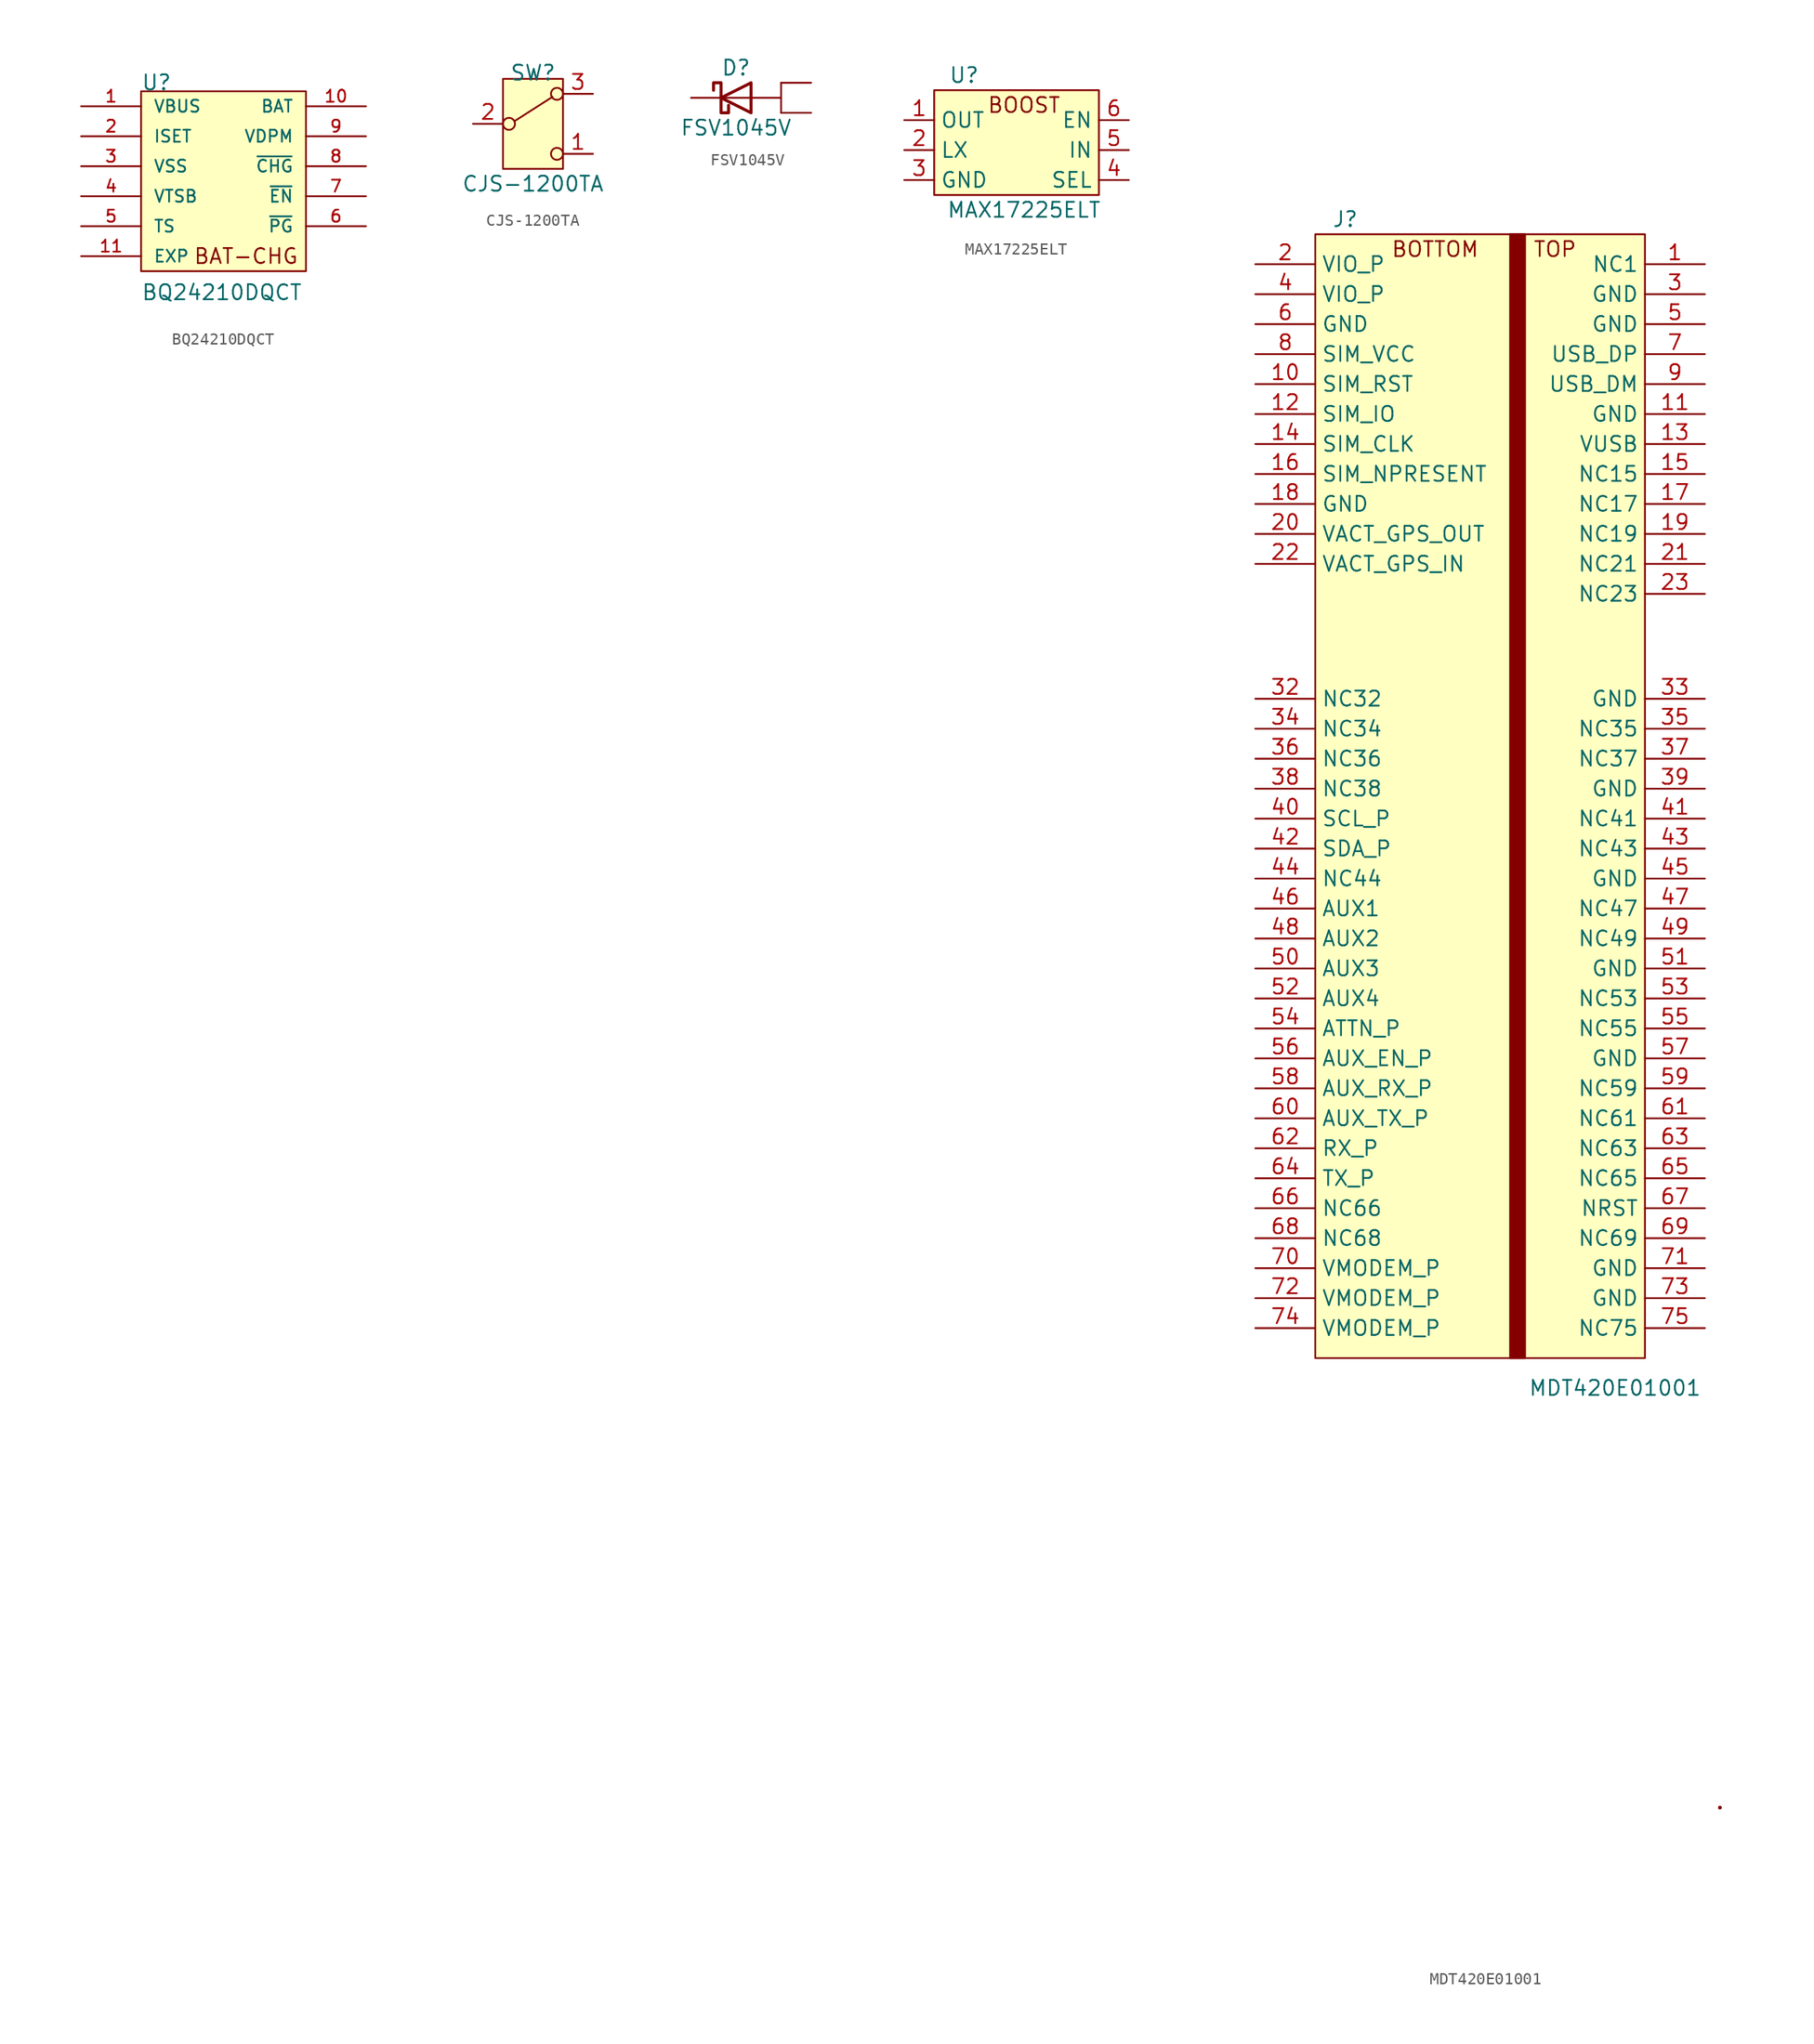
<source format=kicad_sym>
(kicad_symbol_lib
  (version 20211014)
  (generator kicad_symbol_editor)
  (symbol "BQ24210DQCT"
    (pin_names
      (offset 1.016))
    (property "Reference" "U"
      (at -7.62 6.35 0)
      (effects (font (size 1.27 1.27)) (justify left bottom)))
    (property "Value" "BQ24210DQCT"
      (at -7.62 -11.43 0)
      (effects (font (size 1.27 1.27)) (justify left bottom)))
    (property "ki_locked" ""
      (at 0 0 0)
      (effects (font (size 1.27 1.27))))
    (symbol "BQ24210DQCT_0_0"
      (text "BAT-CHG" (at 1.27 -7.62 0) (effects (font (size 1.27 1.27))))
      (pin input line (at -12.7 5.08 0) (length 5.08) (name "VBUS" (effects (font (size 1.016 1.016)))) (number "1" (effects (font (size 1.016 1.016)))))
      (pin input line (at 11.43 5.08 180) (length 5.08) (name "BAT" (effects (font (size 1.016 1.016)))) (number "10" (effects (font (size 1.016 1.016)))))
      (pin power_in line (at -12.7 -7.62 0) (length 5.08) (name "EXP" (effects (font (size 1.016 1.016)))) (number "11" (effects (font (size 1.016 1.016)))))
      (pin input line (at -12.7 2.54 0) (length 5.08) (name "ISET" (effects (font (size 1.016 1.016)))) (number "2" (effects (font (size 1.016 1.016)))))
      (pin power_in line (at -12.7 0 0) (length 5.08) (name "VSS" (effects (font (size 1.016 1.016)))) (number "3" (effects (font (size 1.016 1.016)))))
      (pin input line (at -12.7 -2.54 0) (length 5.08) (name "VTSB" (effects (font (size 1.016 1.016)))) (number "4" (effects (font (size 1.016 1.016)))))
      (pin input line (at -12.7 -5.08 0) (length 5.08) (name "TS" (effects (font (size 1.016 1.016)))) (number "5" (effects (font (size 1.016 1.016)))))
      (pin input line (at 11.43 -5.08 180) (length 5.08) (name "~{PG}" (effects (font (size 1.016 1.016)))) (number "6" (effects (font (size 1.016 1.016)))))
      (pin input line (at 11.43 -2.54 180) (length 5.08) (name "~{EN}" (effects (font (size 1.016 1.016)))) (number "7" (effects (font (size 1.016 1.016)))))
      (pin input line (at 11.43 0 180) (length 5.08) (name "~{CHG}" (effects (font (size 1.016 1.016)))) (number "8" (effects (font (size 1.016 1.016)))))
      (pin input line (at 11.43 2.54 180) (length 5.08) (name "VDPM" (effects (font (size 1.016 1.016)))) (number "9" (effects (font (size 1.016 1.016))))))
    (symbol "BQ24210DQCT_1_1"
      (rectangle (start -7.62 6.35) (end 6.35 -8.89) (stroke (width 0) (type default) (color 0 0 0 0)) (fill (type background)))))
  (symbol "CJS-1200TA"
    (pin_names
      (offset 0) hide)
    (property "Reference" "SW"
      (at 0 4.318 0)
      (effects (font (size 1.27 1.27))))
    (property "Value" "CJS-1200TA"
      (at 0 -5.08 0)
      (effects (font (size 1.27 1.27))))
    (symbol "CJS-1200TA_0_0"
      (circle (center -2.032 0) (radius 0.508) (stroke (width 0) (type default) (color 0 0 0 0)) (fill (type none)))
      (circle (center 2.032 -2.54) (radius 0.508) (stroke (width 0) (type default) (color 0 0 0 0)) (fill (type none))))
    (symbol "CJS-1200TA_0_1"
      (polyline (pts (xy -1.524 0.254) (xy 1.651 2.286)) (stroke (width 0) (type default) (color 0 0 0 0)) (fill (type none)))
      (circle (center 2.032 2.54) (radius 0.508) (stroke (width 0) (type default) (color 0 0 0 0)) (fill (type none)))
      (rectangle (start 2.54 3.81) (end -2.54 -3.81) (stroke (width 0) (type default) (color 0 0 0 0)) (fill (type background))))
    (symbol "CJS-1200TA_1_1"
      (pin passive line (at 5.08 -2.54 180) (length 2.54) (name "C" (effects (font (size 1.27 1.27)))) (number "1" (effects (font (size 1.27 1.27)))))
      (pin passive line (at -5.08 0 0) (length 2.54) (name "B" (effects (font (size 1.27 1.27)))) (number "2" (effects (font (size 1.27 1.27)))))
      (pin passive line (at 5.08 2.54 180) (length 2.54) (name "A" (effects (font (size 1.27 1.27)))) (number "3" (effects (font (size 1.27 1.27)))))))
  (symbol "FSV1045V"
    (pin_numbers hide)
    (pin_names
      (offset 1.016) hide)
    (property "Reference" "D"
      (at 0 2.54 0)
      (effects (font (size 1.27 1.27))))
    (property "Value" "FSV1045V"
      (at 0 -2.54 0)
      (effects (font (size 1.27 1.27))))
    (symbol "FSV1045V_0_1"
      (polyline (pts (xy 1.27 0) (xy -1.27 0)) (stroke (width 0) (type default) (color 0 0 0 0)) (fill (type none)))
      (polyline (pts (xy 3.81 -1.27) (xy 3.81 0)) (stroke (width 0) (type default) (color 0 0 0 0)) (fill (type none)))
      (polyline (pts (xy 1.27 0) (xy 3.81 0) (xy 3.81 1.27)) (stroke (width 0) (type default) (color 0 0 0 0)) (fill (type none)))
      (polyline (pts (xy 1.27 1.27) (xy 1.27 -1.27) (xy -1.27 0) (xy 1.27 1.27)) (stroke (width 0.254) (type default) (color 0 0 0 0)) (fill (type none)))
      (polyline (pts (xy -1.905 0.635) (xy -1.905 1.27) (xy -1.27 1.27) (xy -1.27 -1.27) (xy -0.635 -1.27) (xy -0.635 -0.635)) (stroke (width 0.254) (type default) (color 0 0 0 0)) (fill (type none))))
    (symbol "FSV1045V_1_1"
      (pin passive line (at 6.35 1.27 180) (length 2.54) (name "A1" (effects (font (size 1.27 1.27)))) (number "1" (effects (font (size 1.27 1.27)))))
      (pin passive line (at 6.35 -1.27 180) (length 2.54) (name "A2" (effects (font (size 1.27 1.27)))) (number "2" (effects (font (size 1.27 1.27)))))
      (pin passive line (at -3.81 0 0) (length 2.54) (name "C" (effects (font (size 1.27 1.27)))) (number "3" (effects (font (size 1.27 1.27)))))))
  (symbol "MAX17225ELT"
    (property "Reference" "U"
      (at -5.08 6.35 0)
      (effects (font (size 1.27 1.27))))
    (property "Value" "MAX17225ELT"
      (at 0 -5.08 0)
      (effects (font (size 1.27 1.27))))
    (symbol "MAX17225ELT_0_0"
      (text "BOOST" (at 0 3.81 0) (effects (font (size 1.27 1.27)))))
    (symbol "MAX17225ELT_0_1"
      (rectangle (start -7.62 5.08) (end 6.35 -3.81) (stroke (width 0) (type default) (color 0 0 0 0)) (fill (type background))))
    (symbol "MAX17225ELT_1_1"
      (pin input line (at -10.16 2.54 0) (length 2.54) (name "OUT" (effects (font (size 1.27 1.27)))) (number "1" (effects (font (size 1.27 1.27)))))
      (pin input line (at -10.16 0 0) (length 2.54) (name "LX" (effects (font (size 1.27 1.27)))) (number "2" (effects (font (size 1.27 1.27)))))
      (pin input line (at -10.16 -2.54 0) (length 2.54) (name "GND" (effects (font (size 1.27 1.27)))) (number "3" (effects (font (size 1.27 1.27)))))
      (pin input line (at 8.89 -2.54 180) (length 2.54) (name "SEL" (effects (font (size 1.27 1.27)))) (number "4" (effects (font (size 1.27 1.27)))))
      (pin input line (at 8.89 0 180) (length 2.54) (name "IN" (effects (font (size 1.27 1.27)))) (number "5" (effects (font (size 1.27 1.27)))))
      (pin input line (at 8.89 2.54 180) (length 2.54) (name "EN" (effects (font (size 1.27 1.27)))) (number "6" (effects (font (size 1.27 1.27)))))))
  (symbol "MDT420E01001"
    (property "Reference" "J"
      (at -11.43 50.8 0)
      (effects (font (size 1.27 1.27))))
    (property "Value" "MDT420E01001"
      (at 11.43 -48.26 0)
      (effects (font (size 1.27 1.27))))
    (symbol "MDT420E01001_0_0"
      (rectangle (start -5.08 48.26) (end -5.08 48.26) (stroke (width 0) (type default) (color 0 0 0 0)) (fill (type none)))
      (rectangle (start -5.08 48.26) (end -5.08 48.26) (stroke (width 0) (type default) (color 0 0 0 0)) (fill (type none)))
      (text "BOTTOM" (at -3.81 48.26 0) (effects (font (size 1.27 1.27))))
      (text "TOP" (at 6.35 48.26 0) (effects (font (size 1.27 1.27)))))
    (symbol "MDT420E01001_0_1"
      (rectangle (start -13.97 49.53) (end 13.97 -45.72) (stroke (width 0) (type default) (color 0 0 0 0)) (fill (type background)))
      (rectangle (start 3.81 49.53) (end 2.54 -45.72) (stroke (width 0) (type default) (color 0 0 0 0)) (fill (type outline)))
      (rectangle (start 20.32 -83.82) (end 20.32 -83.82) (stroke (width 0) (type default) (color 0 0 0 0)) (fill (type none)))
      (rectangle (start 20.32 -83.82) (end 20.32 -83.82) (stroke (width 0) (type default) (color 0 0 0 0)) (fill (type none)))
      (rectangle (start 20.32 -83.82) (end 20.32 -83.82) (stroke (width 0) (type default) (color 0 0 0 0)) (fill (type none)))
      (rectangle (start 20.32 -83.82) (end 20.32 -83.82) (stroke (width 0) (type default) (color 0 0 0 0)) (fill (type none)))
      (rectangle (start 20.32 -83.82) (end 20.32 -83.82) (stroke (width 0) (type default) (color 0 0 0 0)) (fill (type none)))
      (rectangle (start 20.32 -83.82) (end 20.32 -83.82) (stroke (width 0) (type default) (color 0 0 0 0)) (fill (type none)))
      (rectangle (start 20.32 -83.82) (end 20.32 -83.82) (stroke (width 0) (type default) (color 0 0 0 0)) (fill (type none)))
      (circle (center 20.32 -83.82) (radius 0.0001) (stroke (width 0) (type default) (color 0 0 0 0)) (fill (type none)))
      (circle (center 20.32 -83.82) (radius 0.0001) (stroke (width 0) (type default) (color 0 0 0 0)) (fill (type none))))
    (symbol "MDT420E01001_1_1"
      (pin passive line (at 19.05 46.99 180) (length 5.08) (name "NC1" (effects (font (size 1.27 1.27)))) (number "1" (effects (font (size 1.27 1.27)))))
      (pin passive line (at -19.05 36.83 0) (length 5.08) (name "SIM_RST" (effects (font (size 1.27 1.27)))) (number "10" (effects (font (size 1.27 1.27)))))
      (pin passive line (at 19.05 34.29 180) (length 5.08) (name "GND" (effects (font (size 1.27 1.27)))) (number "11" (effects (font (size 1.27 1.27)))))
      (pin passive line (at -19.05 34.29 0) (length 5.08) (name "SIM_IO" (effects (font (size 1.27 1.27)))) (number "12" (effects (font (size 1.27 1.27)))))
      (pin passive line (at 19.05 31.75 180) (length 5.08) (name "VUSB" (effects (font (size 1.27 1.27)))) (number "13" (effects (font (size 1.27 1.27)))))
      (pin passive line (at -19.05 31.75 0) (length 5.08) (name "SIM_CLK" (effects (font (size 1.27 1.27)))) (number "14" (effects (font (size 1.27 1.27)))))
      (pin passive line (at 19.05 29.21 180) (length 5.08) (name "NC15" (effects (font (size 1.27 1.27)))) (number "15" (effects (font (size 1.27 1.27)))))
      (pin passive line (at -19.05 29.21 0) (length 5.08) (name "SIM_NPRESENT" (effects (font (size 1.27 1.27)))) (number "16" (effects (font (size 1.27 1.27)))))
      (pin passive line (at 19.05 26.67 180) (length 5.08) (name "NC17" (effects (font (size 1.27 1.27)))) (number "17" (effects (font (size 1.27 1.27)))))
      (pin passive line (at -19.05 26.67 0) (length 5.08) (name "GND" (effects (font (size 1.27 1.27)))) (number "18" (effects (font (size 1.27 1.27)))))
      (pin passive line (at 19.05 24.13 180) (length 5.08) (name "NC19" (effects (font (size 1.27 1.27)))) (number "19" (effects (font (size 1.27 1.27)))))
      (pin passive line (at -19.05 46.99 0) (length 5.08) (name "VIO_P" (effects (font (size 1.27 1.27)))) (number "2" (effects (font (size 1.27 1.27)))))
      (pin passive line (at -19.05 24.13 0) (length 5.08) (name "VACT_GPS_OUT" (effects (font (size 1.27 1.27)))) (number "20" (effects (font (size 1.27 1.27)))))
      (pin passive line (at 19.05 21.59 180) (length 5.08) (name "NC21" (effects (font (size 1.27 1.27)))) (number "21" (effects (font (size 1.27 1.27)))))
      (pin passive line (at -19.05 21.59 0) (length 5.08) (name "VACT_GPS_IN" (effects (font (size 1.27 1.27)))) (number "22" (effects (font (size 1.27 1.27)))))
      (pin passive line (at 19.05 19.05 180) (length 5.08) (name "NC23" (effects (font (size 1.27 1.27)))) (number "23" (effects (font (size 1.27 1.27)))))
      (pin passive line (at 19.05 44.45 180) (length 5.08) (name "GND" (effects (font (size 1.27 1.27)))) (number "3" (effects (font (size 1.27 1.27)))))
      (pin passive line (at -19.05 10.16 0) (length 5.08) (name "NC32" (effects (font (size 1.27 1.27)))) (number "32" (effects (font (size 1.27 1.27)))))
      (pin passive line (at 19.05 10.16 180) (length 5.08) (name "GND" (effects (font (size 1.27 1.27)))) (number "33" (effects (font (size 1.27 1.27)))))
      (pin passive line (at -19.05 7.62 0) (length 5.08) (name "NC34" (effects (font (size 1.27 1.27)))) (number "34" (effects (font (size 1.27 1.27)))))
      (pin passive line (at 19.05 7.62 180) (length 5.08) (name "NC35" (effects (font (size 1.27 1.27)))) (number "35" (effects (font (size 1.27 1.27)))))
      (pin passive line (at -19.05 5.08 0) (length 5.08) (name "NC36" (effects (font (size 1.27 1.27)))) (number "36" (effects (font (size 1.27 1.27)))))
      (pin passive line (at 19.05 5.08 180) (length 5.08) (name "NC37" (effects (font (size 1.27 1.27)))) (number "37" (effects (font (size 1.27 1.27)))))
      (pin passive line (at -19.05 2.54 0) (length 5.08) (name "NC38" (effects (font (size 1.27 1.27)))) (number "38" (effects (font (size 1.27 1.27)))))
      (pin passive line (at 19.05 2.54 180) (length 5.08) (name "GND" (effects (font (size 1.27 1.27)))) (number "39" (effects (font (size 1.27 1.27)))))
      (pin passive line (at -19.05 44.45 0) (length 5.08) (name "VIO_P" (effects (font (size 1.27 1.27)))) (number "4" (effects (font (size 1.27 1.27)))))
      (pin passive line (at -19.05 0 0) (length 5.08) (name "SCL_P" (effects (font (size 1.27 1.27)))) (number "40" (effects (font (size 1.27 1.27)))))
      (pin passive line (at 19.05 0 180) (length 5.08) (name "NC41" (effects (font (size 1.27 1.27)))) (number "41" (effects (font (size 1.27 1.27)))))
      (pin passive line (at -19.05 -2.54 0) (length 5.08) (name "SDA_P" (effects (font (size 1.27 1.27)))) (number "42" (effects (font (size 1.27 1.27)))))
      (pin passive line (at 19.05 -2.54 180) (length 5.08) (name "NC43" (effects (font (size 1.27 1.27)))) (number "43" (effects (font (size 1.27 1.27)))))
      (pin passive line (at -19.05 -5.08 0) (length 5.08) (name "NC44" (effects (font (size 1.27 1.27)))) (number "44" (effects (font (size 1.27 1.27)))))
      (pin passive line (at 19.05 -5.08 180) (length 5.08) (name "GND" (effects (font (size 1.27 1.27)))) (number "45" (effects (font (size 1.27 1.27)))))
      (pin passive line (at -19.05 -7.62 0) (length 5.08) (name "AUX1" (effects (font (size 1.27 1.27)))) (number "46" (effects (font (size 1.27 1.27)))))
      (pin passive line (at 19.05 -7.62 180) (length 5.08) (name "NC47" (effects (font (size 1.27 1.27)))) (number "47" (effects (font (size 1.27 1.27)))))
      (pin passive line (at -19.05 -10.16 0) (length 5.08) (name "AUX2" (effects (font (size 1.27 1.27)))) (number "48" (effects (font (size 1.27 1.27)))))
      (pin passive line (at 19.05 -10.16 180) (length 5.08) (name "NC49" (effects (font (size 1.27 1.27)))) (number "49" (effects (font (size 1.27 1.27)))))
      (pin passive line (at 19.05 41.91 180) (length 5.08) (name "GND" (effects (font (size 1.27 1.27)))) (number "5" (effects (font (size 1.27 1.27)))))
      (pin passive line (at -19.05 -12.7 0) (length 5.08) (name "AUX3" (effects (font (size 1.27 1.27)))) (number "50" (effects (font (size 1.27 1.27)))))
      (pin passive line (at 19.05 -12.7 180) (length 5.08) (name "GND" (effects (font (size 1.27 1.27)))) (number "51" (effects (font (size 1.27 1.27)))))
      (pin passive line (at -19.05 -15.24 0) (length 5.08) (name "AUX4" (effects (font (size 1.27 1.27)))) (number "52" (effects (font (size 1.27 1.27)))))
      (pin passive line (at 19.05 -15.24 180) (length 5.08) (name "NC53" (effects (font (size 1.27 1.27)))) (number "53" (effects (font (size 1.27 1.27)))))
      (pin passive line (at -19.05 -17.78 0) (length 5.08) (name "ATTN_P" (effects (font (size 1.27 1.27)))) (number "54" (effects (font (size 1.27 1.27)))))
      (pin passive line (at 19.05 -17.78 180) (length 5.08) (name "NC55" (effects (font (size 1.27 1.27)))) (number "55" (effects (font (size 1.27 1.27)))))
      (pin passive line (at -19.05 -20.32 0) (length 5.08) (name "AUX_EN_P" (effects (font (size 1.27 1.27)))) (number "56" (effects (font (size 1.27 1.27)))))
      (pin passive line (at 19.05 -20.32 180) (length 5.08) (name "GND" (effects (font (size 1.27 1.27)))) (number "57" (effects (font (size 1.27 1.27)))))
      (pin passive line (at -19.05 -22.86 0) (length 5.08) (name "AUX_RX_P" (effects (font (size 1.27 1.27)))) (number "58" (effects (font (size 1.27 1.27)))))
      (pin passive line (at 19.05 -22.86 180) (length 5.08) (name "NC59" (effects (font (size 1.27 1.27)))) (number "59" (effects (font (size 1.27 1.27)))))
      (pin passive line (at -19.05 41.91 0) (length 5.08) (name "GND" (effects (font (size 1.27 1.27)))) (number "6" (effects (font (size 1.27 1.27)))))
      (pin passive line (at -19.05 -25.4 0) (length 5.08) (name "AUX_TX_P" (effects (font (size 1.27 1.27)))) (number "60" (effects (font (size 1.27 1.27)))))
      (pin passive line (at 19.05 -25.4 180) (length 5.08) (name "NC61" (effects (font (size 1.27 1.27)))) (number "61" (effects (font (size 1.27 1.27)))))
      (pin passive line (at -19.05 -27.94 0) (length 5.08) (name "RX_P" (effects (font (size 1.27 1.27)))) (number "62" (effects (font (size 1.27 1.27)))))
      (pin passive line (at 19.05 -27.94 180) (length 5.08) (name "NC63" (effects (font (size 1.27 1.27)))) (number "63" (effects (font (size 1.27 1.27)))))
      (pin passive line (at -19.05 -30.48 0) (length 5.08) (name "TX_P" (effects (font (size 1.27 1.27)))) (number "64" (effects (font (size 1.27 1.27)))))
      (pin passive line (at 19.05 -30.48 180) (length 5.08) (name "NC65" (effects (font (size 1.27 1.27)))) (number "65" (effects (font (size 1.27 1.27)))))
      (pin passive line (at -19.05 -33.02 0) (length 5.08) (name "NC66" (effects (font (size 1.27 1.27)))) (number "66" (effects (font (size 1.27 1.27)))))
      (pin passive line (at 19.05 -33.02 180) (length 5.08) (name "NRST" (effects (font (size 1.27 1.27)))) (number "67" (effects (font (size 1.27 1.27)))))
      (pin passive line (at -19.05 -35.56 0) (length 5.08) (name "NC68" (effects (font (size 1.27 1.27)))) (number "68" (effects (font (size 1.27 1.27)))))
      (pin passive line (at 19.05 -35.56 180) (length 5.08) (name "NC69" (effects (font (size 1.27 1.27)))) (number "69" (effects (font (size 1.27 1.27)))))
      (pin passive line (at 19.05 39.37 180) (length 5.08) (name "USB_DP" (effects (font (size 1.27 1.27)))) (number "7" (effects (font (size 1.27 1.27)))))
      (pin passive line (at -19.05 -38.1 0) (length 5.08) (name "VMODEM_P" (effects (font (size 1.27 1.27)))) (number "70" (effects (font (size 1.27 1.27)))))
      (pin passive line (at 19.05 -38.1 180) (length 5.08) (name "GND" (effects (font (size 1.27 1.27)))) (number "71" (effects (font (size 1.27 1.27)))))
      (pin passive line (at -19.05 -40.64 0) (length 5.08) (name "VMODEM_P" (effects (font (size 1.27 1.27)))) (number "72" (effects (font (size 1.27 1.27)))))
      (pin passive line (at 19.05 -40.64 180) (length 5.08) (name "GND" (effects (font (size 1.27 1.27)))) (number "73" (effects (font (size 1.27 1.27)))))
      (pin passive line (at -19.05 -43.18 0) (length 5.08) (name "VMODEM_P" (effects (font (size 1.27 1.27)))) (number "74" (effects (font (size 1.27 1.27)))))
      (pin passive line (at 19.05 -43.18 180) (length 5.08) (name "NC75" (effects (font (size 1.27 1.27)))) (number "75" (effects (font (size 1.27 1.27)))))
      (pin passive line (at -19.05 39.37 0) (length 5.08) (name "SIM_VCC" (effects (font (size 1.27 1.27)))) (number "8" (effects (font (size 1.27 1.27)))))
      (pin passive line (at 19.05 36.83 180) (length 5.08) (name "USB_DM" (effects (font (size 1.27 1.27)))) (number "9" (effects (font (size 1.27 1.27))))))))
</source>
